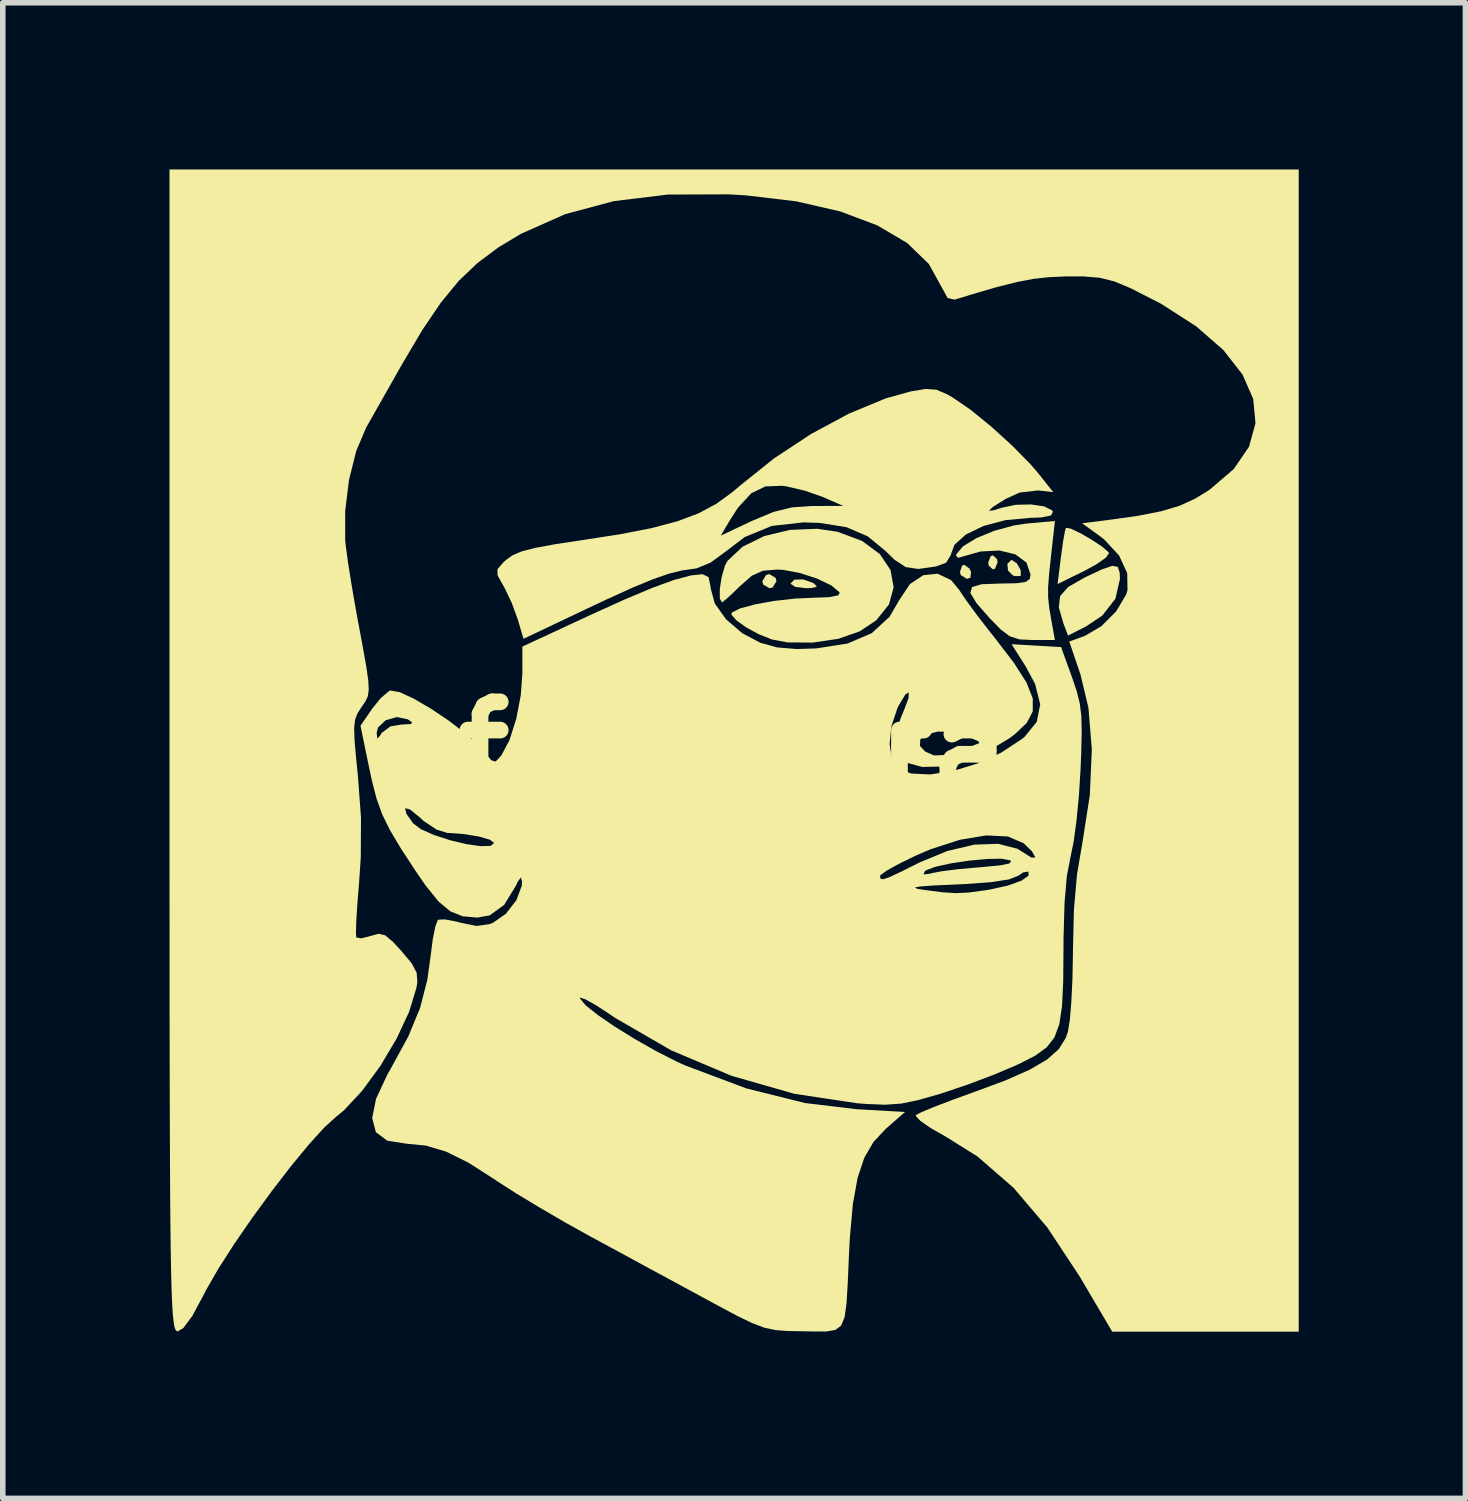
<source format=kicad_pcb>
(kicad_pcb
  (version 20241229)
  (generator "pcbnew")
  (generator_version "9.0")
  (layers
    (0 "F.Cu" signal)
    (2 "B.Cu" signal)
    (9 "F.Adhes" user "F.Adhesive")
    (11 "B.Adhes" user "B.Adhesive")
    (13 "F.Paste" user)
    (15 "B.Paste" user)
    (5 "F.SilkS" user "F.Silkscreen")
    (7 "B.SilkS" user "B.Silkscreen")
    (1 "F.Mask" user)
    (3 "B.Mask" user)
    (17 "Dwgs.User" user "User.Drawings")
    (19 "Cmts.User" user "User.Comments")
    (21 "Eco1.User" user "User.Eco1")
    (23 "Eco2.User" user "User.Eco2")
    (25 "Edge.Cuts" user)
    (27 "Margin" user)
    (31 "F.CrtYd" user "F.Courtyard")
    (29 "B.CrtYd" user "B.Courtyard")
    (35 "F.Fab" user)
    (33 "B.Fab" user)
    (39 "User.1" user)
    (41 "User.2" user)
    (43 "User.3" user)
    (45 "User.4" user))
  (footprint "fortinbra"
    (layer "F.Cu")
    (at 10.16 10.414)
    (property "Reference" "fortinbra" (at 0 0 0) (layer "F.SilkS") (effects (font (size 1.524 1.524) (thickness 0.3))))
    (attr board_only exclude_from_pos_files exclude_from_bom)
    (fp_poly (pts (xy 0.747 -3.065) (xy 0.762 -3.006) (xy 0.694 -2.893) (xy 0.635 -2.879) (xy 0.523 -2.946) (xy 0.508 -3.006) (xy 0.576 -3.118) (xy 0.635 -3.133)) (stroke (width 0) (type solid)) (fill yes) (layer "F.SilkS"))
    (fp_poly (pts (xy 4.232 -3.235) (xy 4.264 -3.175) (xy 4.251 -3.066) (xy 4.188 -3.048) (xy 4.078 -3.116) (xy 4.064 -3.175) (xy 4.105 -3.288) (xy 4.14 -3.302)) (stroke (width 0) (type solid)) (fill yes) (layer "F.SilkS"))
    (fp_poly (pts (xy 4.732 -3.403) (xy 4.741 -3.344) (xy 4.696 -3.232) (xy 4.657 -3.217) (xy 4.582 -3.286) (xy 4.572 -3.344) (xy 4.618 -3.457) (xy 4.657 -3.471)) (stroke (width 0) (type solid)) (fill yes) (layer "F.SilkS"))
    (fp_poly (pts (xy 1.416 -2.977) (xy 1.439 -2.963) (xy 1.489 -2.907) (xy 1.394 -2.883) (xy 1.291 -2.88) (xy 1.104 -2.902) (xy 1.017 -2.957) (xy 1.016 -2.963) (xy 1.083 -3.033) (xy 1.239 -3.038)) (stroke (width 0) (type solid)) (fill yes) (layer "F.SilkS"))
    (fp_poly (pts (xy 5.089 -3.325) (xy 5.158 -3.201) (xy 5.157 -3.102) (xy 5.154 -3.098) (xy 5.058 -3.097) (xy 5.016 -3.109) (xy 4.929 -3.197) (xy 4.917 -3.318) (xy 4.987 -3.386) (xy 4.998 -3.387)) (stroke (width 0) (type solid)) (fill yes) (layer "F.SilkS"))
    (fp_poly (pts (xy 6.059 -3.951) (xy 6.232 -3.869) (xy 6.437 -3.75) (xy 6.623 -3.627) (xy 6.735 -3.53) (xy 6.747 -3.511) (xy 6.692 -3.431) (xy 6.521 -3.31) (xy 6.298 -3.189) (xy 5.821 -2.955) (xy 5.882 -3.446) (xy 5.919 -3.715) (xy 5.953 -3.905) (xy 5.972 -3.967)) (stroke (width 0) (type solid)) (fill yes) (layer "F.SilkS"))
    (fp_poly (pts (xy 6.903 -3.264) (xy 6.938 -3.162) (xy 6.943 -3.045) (xy 6.862 -2.691) (xy 6.626 -2.388) (xy 6.336 -2.194) (xy 6.009 -2.027) (xy 5.925 -2.247) (xy 5.843 -2.533) (xy 5.866 -2.738) (xy 6.014 -2.904) (xy 6.307 -3.071) (xy 6.31 -3.073) (xy 6.617 -3.218) (xy 6.805 -3.282)) (stroke (width 0) (type solid)) (fill yes) (layer "F.SilkS"))
    (fp_poly (pts (xy 5.708 -3.505) (xy 5.669 -3.144) (xy 5.65 -2.897) (xy 5.651 -2.708) (xy 5.671 -2.523) (xy 5.708 -2.307) (xy 5.772 -1.947) (xy 5.369 -1.947) (xy 5.134 -1.959) (xy 4.963 -2.013) (xy 4.795 -2.139) (xy 4.599 -2.34) (xy 4.359 -2.614) (xy 4.251 -2.795) (xy 4.282 -2.901) (xy 4.455 -2.951) (xy 4.778 -2.963) (xy 4.784 -2.963) (xy 5.082 -2.969) (xy 5.249 -2.993) (xy 5.32 -3.047) (xy 5.334 -3.127) (xy 5.26 -3.341) (xy 5.062 -3.488) (xy 4.775 -3.558) (xy 4.435 -3.54) (xy 4.189 -3.471) (xy 4.031 -3.426) (xy 3.993 -3.466) (xy 3.999 -3.492) (xy 4.119 -3.634) (xy 4.361 -3.781) (xy 4.68 -3.912) (xy 5.03 -4.008) (xy 5.261 -4.043) (xy 5.773 -4.089)) (stroke (width 0) (type solid)) (fill yes) (layer "F.SilkS"))
    (fp_poly (pts (xy 1.858 -3.896) (xy 2.303 -3.73) (xy 2.623 -3.493) (xy 2.814 -3.207) (xy 2.871 -2.897) (xy 2.787 -2.588) (xy 2.557 -2.301) (xy 2.258 -2.102) (xy 1.875 -1.969) (xy 1.416 -1.901) (xy 0.964 -1.904) (xy 0.68 -1.957) (xy 0.444 -2.051) (xy 0.216 -2.175) (xy 0.038 -2.303) (xy -0.049 -2.406) (xy -0.043 -2.44) (xy 0.107 -2.516) (xy 0.379 -2.589) (xy 0.725 -2.651) (xy 1.096 -2.693) (xy 1.381 -2.706) (xy 1.708 -2.718) (xy 1.877 -2.752) (xy 1.9 -2.803) (xy 1.752 -2.928) (xy 1.494 -3.052) (xy 1.184 -3.153) (xy 0.879 -3.21) (xy 0.775 -3.215) (xy 0.517 -3.194) (xy 0.319 -3.104) (xy 0.11 -2.921) (xy -0.067 -2.75) (xy -0.19 -2.643) (xy -0.22 -2.625) (xy -0.258 -2.696) (xy -0.257 -2.869) (xy -0.223 -3.085) (xy -0.166 -3.282) (xy -0.121 -3.369) (xy 0.153 -3.627) (xy 0.543 -3.818) (xy 1.005 -3.929) (xy 1.495 -3.949)) (stroke (width 0) (type solid)) (fill yes) (layer "F.SilkS"))
    (fp_poly (pts (xy 3.642 -6.451) (xy 3.842 -6.364) (xy 3.937 -6.309) (xy 4.256 -6.09) (xy 4.63 -5.785) (xy 5.008 -5.441) (xy 5.338 -5.105) (xy 5.49 -4.927) (xy 5.743 -4.608) (xy 5.471 -4.639) (xy 5.139 -4.601) (xy 4.885 -4.486) (xy 4.659 -4.344) (xy 4.585 -4.275) (xy 4.663 -4.279) (xy 4.818 -4.328) (xy 5.067 -4.38) (xy 5.339 -4.387) (xy 5.575 -4.353) (xy 5.72 -4.282) (xy 5.737 -4.255) (xy 5.702 -4.188) (xy 5.529 -4.153) (xy 5.32 -4.145) (xy 4.882 -4.104) (xy 4.489 -4) (xy 4.172 -3.847) (xy 3.964 -3.66) (xy 3.895 -3.469) (xy 3.815 -3.338) (xy 3.63 -3.27) (xy 3.313 -3.226) (xy 3.087 -3.26) (xy 2.883 -3.394) (xy 2.727 -3.547) (xy 2.404 -3.813) (xy 2.023 -3.977) (xy 1.544 -4.054) (xy 1.246 -4.064) (xy 0.678 -4) (xy 0.191 -3.8) (xy -0.169 -3.527) (xy -0.422 -3.341) (xy -0.67 -3.238) (xy -0.72 -3.23) (xy -0.939 -3.199) (xy -1.179 -3.139) (xy -1.467 -3.039) (xy -1.831 -2.888) (xy -2.298 -2.676) (xy -2.678 -2.497) (xy -3.79 -1.969) (xy -3.893 -2.318) (xy -4.001 -2.614) (xy -4.133 -2.89) (xy -4.155 -2.929) (xy -4.255 -3.107) (xy -4.26 -3.218) (xy -4.16 -3.336) (xy -4.11 -3.383) (xy -3.993 -3.469) (xy -3.826 -3.541) (xy -3.579 -3.605) (xy -3.221 -3.671) (xy -2.778 -3.738) (xy -2.209 -3.826) (xy -0.239 -3.826) (xy 0.325 -4.092) (xy 0.708 -4.252) (xy 1.04 -4.334) (xy 1.406 -4.359) (xy 1.427 -4.359) (xy 1.964 -4.36) (xy 1.596 -4.521) (xy 1.277 -4.633) (xy 0.942 -4.712) (xy 0.864 -4.723) (xy 0.562 -4.711) (xy 0.308 -4.587) (xy 0.07 -4.329) (xy -0.078 -4.099) (xy -0.239 -3.826) (xy -2.209 -3.826) (xy -2.06 -3.849) (xy -1.484 -3.961) (xy -1.02 -4.084) (xy -0.642 -4.226) (xy -0.322 -4.397) (xy -0.031 -4.608) (xy 0.105 -4.724) (xy 0.715 -5.213) (xy 1.382 -5.653) (xy 2.064 -6.02) (xy 2.719 -6.292) (xy 3.175 -6.42) (xy 3.447 -6.465)) (stroke (width 0) (type solid)) (fill yes) (layer "F.SilkS"))
    (fp_poly (pts (xy 10.16 10.499) (xy 6.804 10.499) (xy 6.217 9.504) (xy 5.638 8.627) (xy 5.028 7.91) (xy 4.38 7.347) (xy 3.814 6.993) (xy 3.542 6.838) (xy 3.35 6.705) (xy 3.269 6.616) (xy 3.273 6.6) (xy 3.377 6.546) (xy 3.607 6.451) (xy 3.929 6.328) (xy 4.304 6.192) (xy 4.884 5.977) (xy 5.32 5.784) (xy 5.631 5.602) (xy 5.84 5.417) (xy 5.967 5.215) (xy 6.006 5.103) (xy 6.04 4.898) (xy 6.068 4.567) (xy 6.088 4.154) (xy 6.097 3.702) (xy 6.097 3.641) (xy 6.115 2.898) (xy 6.171 2.266) (xy 6.267 1.702) (xy 6.401 0.842) (xy 6.437 0.021) (xy 6.376 -0.727) (xy 6.233 -1.326) (xy 6.031 -1.92) (xy 6.313 -2.022) (xy 6.609 -2.196) (xy 6.875 -2.463) (xy 7.053 -2.762) (xy 7.079 -2.845) (xy 7.074 -3.15) (xy 6.927 -3.468) (xy 6.658 -3.758) (xy 6.588 -3.812) (xy 6.262 -4.048) (xy 6.708 -4.104) (xy 7.261 -4.181) (xy 7.684 -4.264) (xy 8.016 -4.363) (xy 8.297 -4.491) (xy 8.554 -4.65) (xy 8.991 -5.024) (xy 9.266 -5.426) (xy 9.382 -5.849) (xy 9.341 -6.285) (xy 9.148 -6.725) (xy 8.806 -7.163) (xy 8.317 -7.59) (xy 7.685 -7.997) (xy 7.132 -8.279) (xy 6.842 -8.4) (xy 6.579 -8.466) (xy 6.273 -8.491) (xy 5.969 -8.49) (xy 5.669 -8.477) (xy 5.388 -8.446) (xy 5.088 -8.389) (xy 4.727 -8.298) (xy 4.268 -8.164) (xy 3.969 -8.072) (xy 3.842 -8.101) (xy 3.745 -8.277) (xy 3.505 -8.713) (xy 3.113 -9.092) (xy 2.578 -9.408) (xy 1.911 -9.659) (xy 1.119 -9.841) (xy 0.211 -9.949) (xy -0.105 -9.967) (xy -1.191 -9.963) (xy -2.164 -9.845) (xy -3.041 -9.61) (xy -3.839 -9.255) (xy -4.248 -9.008) (xy -4.619 -8.73) (xy -4.956 -8.409) (xy -5.28 -8.014) (xy -5.616 -7.517) (xy -5.983 -6.896) (xy -6.192 -6.527) (xy -6.399 -6.162) (xy -6.57 -5.86) (xy -6.622 -5.769) (xy -6.8 -5.348) (xy -6.93 -4.827) (xy -6.999 -4.268) (xy -6.998 -3.736) (xy -6.989 -3.65) (xy -6.949 -3.352) (xy -6.886 -2.955) (xy -6.812 -2.524) (xy -6.776 -2.328) (xy -6.683 -1.83) (xy -6.619 -1.47) (xy -6.583 -1.22) (xy -6.575 -1.051) (xy -6.591 -0.936) (xy -6.633 -0.845) (xy -6.697 -0.751) (xy -6.705 -0.739) (xy -6.777 -0.628) (xy -6.82 -0.514) (xy -6.837 -0.362) (xy -6.83 -0.135) (xy -6.8 0.202) (xy -6.77 0.491) (xy -6.714 1.252) (xy -6.718 1.963) (xy -6.748 2.413) (xy -6.779 2.794) (xy -6.799 3.111) (xy -6.805 3.328) (xy -6.799 3.405) (xy -6.707 3.421) (xy -6.538 3.377) (xy -6.396 3.338) (xy -6.278 3.367) (xy -6.136 3.487) (xy -5.984 3.652) (xy -5.798 3.876) (xy -5.712 4.041) (xy -5.7 4.205) (xy -5.716 4.309) (xy -5.847 4.74) (xy -6.073 5.225) (xy -6.365 5.716) (xy -6.692 6.163) (xy -7.022 6.517) (xy -7.159 6.629) (xy -7.372 6.822) (xy -7.652 7.13) (xy -7.976 7.523) (xy -8.322 7.973) (xy -8.67 8.449) (xy -8.996 8.922) (xy -9.279 9.363) (xy -9.497 9.742) (xy -9.545 9.836) (xy -9.749 10.215) (xy -9.911 10.434) (xy -10.012 10.493) (xy -10.034 10.487) (xy -10.053 10.463) (xy -10.071 10.411) (xy -10.086 10.322) (xy -10.1 10.189) (xy -10.112 10.002) (xy -10.122 9.752) (xy -10.131 9.431) (xy -10.138 9.029) (xy -10.144 8.539) (xy -10.149 7.952) (xy -10.152 7.258) (xy -10.155 6.449) (xy -10.157 5.516) (xy -10.159 4.451) (xy -10.159 3.244) (xy -10.16 1.887) (xy -10.16 0.372) (xy -10.16 0.042) (xy -10.16 -10.414) (xy 10.16 -10.414)) (stroke (width 0) (type solid)) (fill yes) (layer "F.SilkS"))
    (fp_poly (pts (xy 3.904 -3.025) (xy 4.044 -2.857) (xy 4.174 -2.664) (xy 4.375 -2.39) (xy 4.611 -2.085) (xy 4.687 -1.99) (xy 5.034 -1.538) (xy 5.262 -1.181) (xy 5.374 -0.896) (xy 5.374 -0.661) (xy 5.264 -0.453) (xy 5.049 -0.25) (xy 4.96 -0.183) (xy 4.545 0.068) (xy 4.127 0.239) (xy 3.732 0.329) (xy 3.384 0.337) (xy 3.11 0.262) (xy 2.934 0.103) (xy 2.898 -0.042) (xy 3.344 -0.042) (xy 3.437 0.059) (xy 3.597 0.13) (xy 3.805 0.121) (xy 4.105 0.029) (xy 4.208 -0.011) (xy 4.445 -0.105) (xy 4.16 -0.227) (xy 3.905 -0.296) (xy 3.663 -0.299) (xy 3.467 -0.249) (xy 3.35 -0.159) (xy 3.344 -0.042) (xy 2.898 -0.042) (xy 2.881 -0.112) (xy 2.916 -0.301) (xy 3.003 -0.556) (xy 3.046 -0.656) (xy 3.138 -0.9) (xy 3.144 -1.006) (xy 3.081 -0.966) (xy 2.963 -0.771) (xy 2.937 -0.717) (xy 2.83 -0.395) (xy 2.798 -0.072) (xy 2.84 0.2) (xy 2.934 0.349) (xy 3.182 0.455) (xy 3.53 0.472) (xy 3.942 0.409) (xy 4.379 0.275) (xy 4.805 0.08) (xy 5.182 -0.168) (xy 5.228 -0.206) (xy 5.446 -0.475) (xy 5.508 -0.789) (xy 5.416 -1.157) (xy 5.248 -1.47) (xy 4.993 -1.872) (xy 5.439 -1.846) (xy 5.884 -1.82) (xy 6.083 -1.27) (xy 6.165 -1.027) (xy 6.219 -0.812) (xy 6.248 -0.583) (xy 6.255 -0.296) (xy 6.246 0.091) (xy 6.234 0.381) (xy 6.205 0.846) (xy 6.162 1.297) (xy 6.11 1.681) (xy 6.056 1.945) (xy 5.988 2.295) (xy 5.946 2.778) (xy 5.928 3.409) (xy 5.927 3.62) (xy 5.922 4.201) (xy 5.901 4.64) (xy 5.852 4.965) (xy 5.764 5.204) (xy 5.625 5.382) (xy 5.424 5.529) (xy 5.149 5.67) (xy 5.061 5.711) (xy 4.674 5.875) (xy 4.213 6.049) (xy 3.767 6.2) (xy 3.698 6.222) (xy 3.308 6.333) (xy 3.005 6.395) (xy 2.718 6.415) (xy 2.374 6.401) (xy 2.216 6.389) (xy 1.086 6.219) (xy -0.043 5.896) (xy -1.131 5.437) (xy -2.14 4.853) (xy -2.231 4.791) (xy -2.489 4.623) (xy -2.679 4.517) (xy -2.772 4.488) (xy -2.775 4.501) (xy -2.676 4.622) (xy -2.458 4.797) (xy -2.152 5.007) (xy -1.792 5.23) (xy -1.41 5.447) (xy -1.037 5.637) (xy -0.885 5.706) (xy 0.218 6.121) (xy 1.274 6.384) (xy 2.194 6.495) (xy 3.075 6.546) (xy 2.728 6.85) (xy 2.509 7.084) (xy 2.343 7.368) (xy 2.222 7.73) (xy 2.138 8.195) (xy 2.084 8.791) (xy 2.067 9.102) (xy 2.045 9.618) (xy 2.023 9.989) (xy 1.988 10.239) (xy 1.925 10.391) (xy 1.821 10.468) (xy 1.661 10.495) (xy 1.432 10.495) (xy 1.247 10.492) (xy 0.964 10.487) (xy 0.743 10.47) (xy 0.545 10.428) (xy 0.33 10.347) (xy 0.058 10.216) (xy -0.308 10.02) (xy -0.466 9.935) (xy -0.949 9.673) (xy -1.511 9.369) (xy -2.081 9.059) (xy -2.582 8.788) (xy -3.039 8.534) (xy -3.502 8.264) (xy -3.924 8.009) (xy -4.253 7.798) (xy -4.295 7.769) (xy -4.777 7.46) (xy -5.182 7.259) (xy -5.549 7.15) (xy -5.899 7.116) (xy -6.241 7.062) (xy -6.446 6.909) (xy -6.513 6.657) (xy -6.443 6.309) (xy -6.236 5.864) (xy -6.175 5.758) (xy -5.863 5.187) (xy -5.652 4.676) (xy -5.521 4.17) (xy -5.462 3.746) (xy -5.423 3.44) (xy -5.376 3.206) (xy -5.331 3.09) (xy -5.327 3.086) (xy -5.206 3.08) (xy -4.993 3.12) (xy -4.917 3.141) (xy -4.635 3.198) (xy -4.408 3.167) (xy -4.339 3.141) (xy -4.107 2.979) (xy -3.918 2.735) (xy -3.833 2.507) (xy 3.25 2.507) (xy 3.295 2.529) (xy 3.387 2.545) (xy 3.735 2.591) (xy 3.991 2.608) (xy 4.227 2.596) (xy 4.519 2.556) (xy 4.602 2.543) (xy 4.929 2.471) (xy 5.171 2.383) (xy 5.3 2.291) (xy 5.296 2.22) (xy 5.207 2.232) (xy 5.112 2.295) (xy 4.948 2.36) (xy 4.628 2.41) (xy 4.146 2.445) (xy 3.988 2.452) (xy 3.586 2.47) (xy 3.343 2.488) (xy 3.25 2.507) (xy -3.833 2.507) (xy -3.821 2.475) (xy -3.817 2.4) (xy -3.836 2.324) (xy -3.891 2.398) (xy -3.924 2.469) (xy -4.137 2.818) (xy -4.399 3.008) (xy -4.623 3.048) (xy -4.886 3.024) (xy -5.107 2.935) (xy -5.318 2.759) (xy -5.552 2.469) (xy -5.669 2.299) (xy 2.625 2.299) (xy 2.635 2.349) (xy 2.684 2.358) (xy 2.8 2.318) (xy 2.897 2.272) (xy 3.409 2.272) (xy 3.525 2.257) (xy 3.556 2.248) (xy 3.742 2.213) (xy 4.037 2.176) (xy 4.383 2.145) (xy 4.435 2.141) (xy 4.776 2.109) (xy 4.956 2.073) (xy 4.984 2.031) (xy 4.964 2.016) (xy 4.81 1.988) (xy 4.546 1.993) (xy 4.226 2.023) (xy 3.902 2.072) (xy 3.627 2.132) (xy 3.454 2.197) (xy 3.431 2.215) (xy 3.409 2.272) (xy 2.897 2.272) (xy 3.011 2.219) (xy 3.325 2.061) (xy 3.837 1.849) (xy 4.323 1.735) (xy 4.753 1.72) (xy 5.097 1.809) (xy 5.208 1.878) (xy 5.35 1.968) (xy 5.418 1.966) (xy 5.419 1.96) (xy 5.358 1.853) (xy 5.212 1.712) (xy 5.206 1.708) (xy 4.926 1.588) (xy 4.537 1.569) (xy 4.065 1.647) (xy 3.533 1.819) (xy 3.281 1.927) (xy 2.984 2.071) (xy 2.756 2.196) (xy 2.635 2.282) (xy 2.625 2.299) (xy -5.669 2.299) (xy -5.725 2.218) (xy -5.999 1.799) (xy -6.194 1.472) (xy -6.332 1.191) (xy -6.372 1.08) (xy -5.921 1.08) (xy -5.898 1.178) (xy -5.775 1.353) (xy -5.632 1.459) (xy -5.397 1.563) (xy -5.112 1.655) (xy -4.82 1.725) (xy -4.563 1.762) (xy -4.381 1.757) (xy -4.318 1.704) (xy -4.394 1.646) (xy -4.588 1.59) (xy -4.85 1.546) (xy -5.129 1.525) (xy -5.161 1.525) (xy -5.355 1.464) (xy -5.584 1.311) (xy -5.647 1.253) (xy -5.832 1.101) (xy -5.921 1.08) (xy -6.372 1.08) (xy -6.433 0.911) (xy -6.517 0.586) (xy -6.574 0.319) (xy -6.697 -0.277) (xy -6.432 -0.277) (xy -6.422 -0.173) (xy -6.377 -0.218) (xy -6.343 -0.275) (xy -6.185 -0.393) (xy -5.986 -0.426) (xy -5.815 -0.435) (xy -5.794 -0.467) (xy -5.872 -0.52) (xy -6.068 -0.561) (xy -6.269 -0.503) (xy -6.407 -0.375) (xy -6.432 -0.277) (xy -6.697 -0.277) (xy -6.723 -0.405) (xy -6.515 -0.708) (xy -6.359 -0.902) (xy -6.217 -1.023) (xy -6.181 -1.038) (xy -6.018 -1.009) (xy -5.765 -0.892) (xy -5.459 -0.714) (xy -5.136 -0.497) (xy -4.835 -0.267) (xy -4.592 -0.047) (xy -4.49 0.07) (xy -4.369 0.217) (xy -4.292 0.24) (xy -4.204 0.148) (xy -4.188 0.128) (xy -4.043 -0.144) (xy -3.921 -0.526) (xy -3.838 -0.958) (xy -3.81 -1.353) (xy -3.81 -1.829) (xy -2.603 -2.39) (xy -1.971 -2.676) (xy -1.469 -2.887) (xy -1.079 -3.029) (xy -0.783 -3.108) (xy -0.572 -3.132) (xy -0.46 -3.08) (xy -0.423 -2.901) (xy -0.423 -2.882) (xy -0.348 -2.605) (xy -0.146 -2.321) (xy 0.146 -2.07) (xy 0.469 -1.899) (xy 0.774 -1.814) (xy 1.128 -1.785) (xy 1.478 -1.796) (xy 2.042 -1.884) (xy 2.477 -2.071) (xy 2.797 -2.365) (xy 2.97 -2.663) (xy 3.163 -2.953) (xy 3.405 -3.114) (xy 3.663 -3.14)) (stroke (width 0) (type solid)) (fill yes) (layer "F.SilkS")))
  (gr_rect
    (start -3 -3)
    (end 23.32 23.913)
    (stroke (width 0.1) (type default))
    (fill no)
    (layer "Edge.Cuts")))
</source>
